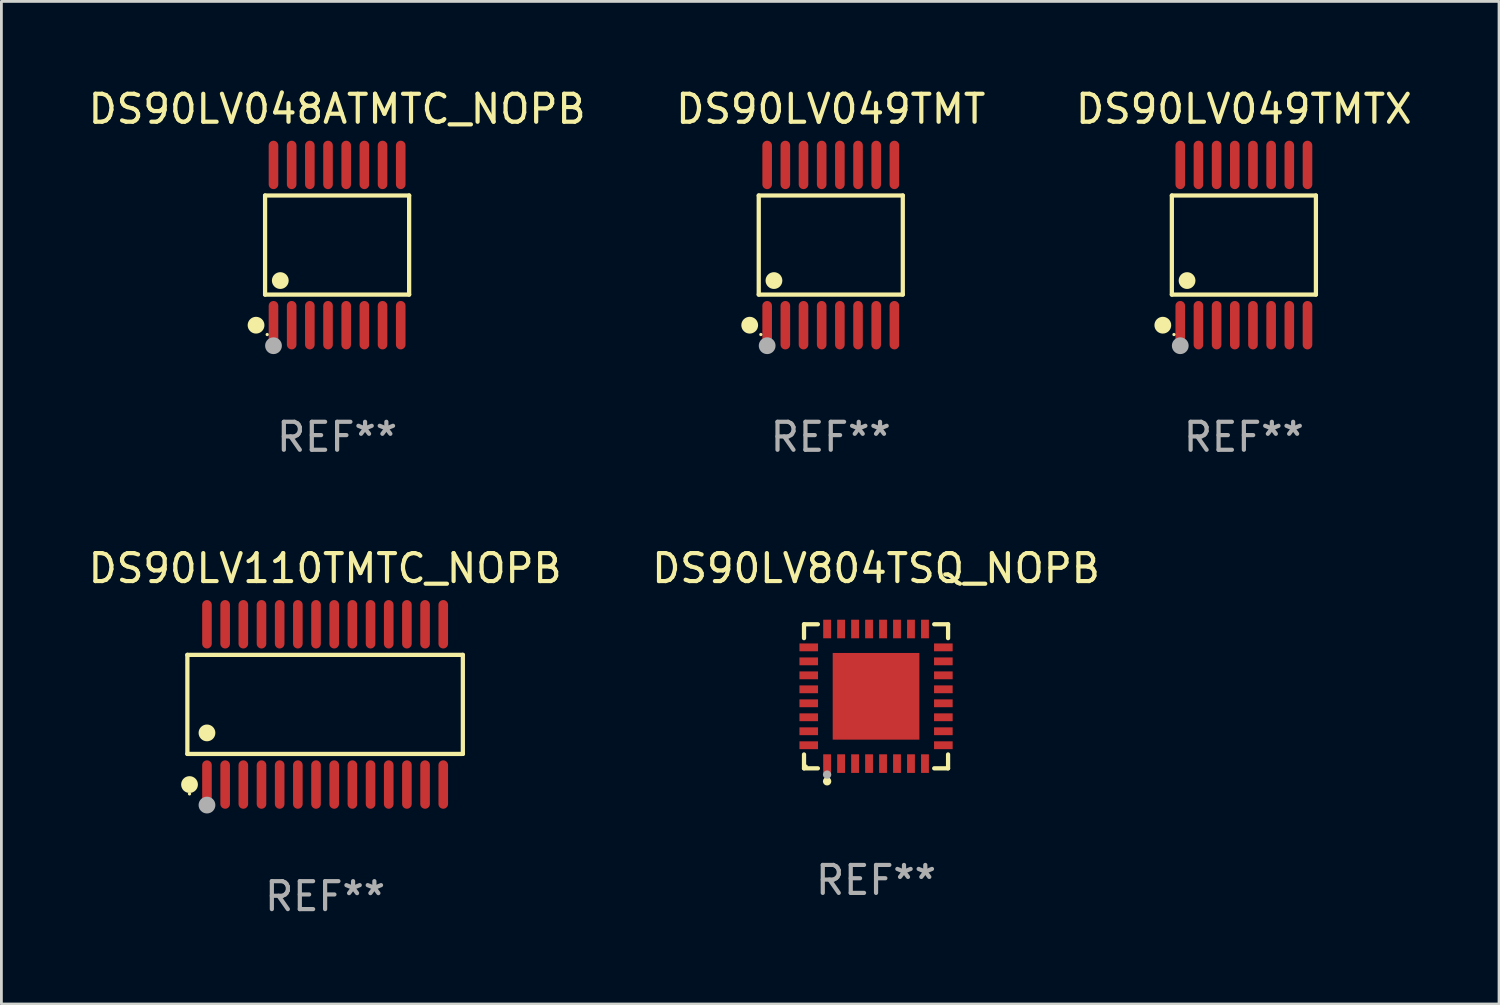
<source format=kicad_pcb>
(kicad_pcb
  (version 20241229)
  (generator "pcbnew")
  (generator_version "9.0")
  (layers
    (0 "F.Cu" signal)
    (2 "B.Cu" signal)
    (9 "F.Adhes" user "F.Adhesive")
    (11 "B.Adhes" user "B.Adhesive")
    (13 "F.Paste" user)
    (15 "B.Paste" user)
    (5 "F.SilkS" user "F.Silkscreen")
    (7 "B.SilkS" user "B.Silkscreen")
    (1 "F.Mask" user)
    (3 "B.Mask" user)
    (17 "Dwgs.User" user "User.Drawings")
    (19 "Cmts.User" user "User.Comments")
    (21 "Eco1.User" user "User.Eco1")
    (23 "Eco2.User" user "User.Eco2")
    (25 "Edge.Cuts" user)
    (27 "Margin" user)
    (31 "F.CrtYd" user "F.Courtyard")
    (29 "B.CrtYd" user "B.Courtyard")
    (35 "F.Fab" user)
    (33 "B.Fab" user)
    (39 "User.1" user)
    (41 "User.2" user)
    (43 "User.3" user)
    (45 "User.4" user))
  (footprint "DS90LV804TSQ_NOPB"
    (layer "F.Cu")
    (at 28.28 21.852)
    (property "Reference" "DS90LV804TSQ_NOPB" (at 0 -4.576 0) (layer "F.SilkS") (effects (font (size 1 1) (thickness 0.15))))
    (attr through_hole)
    (fp_line (start -2.576 -2.576) (end -2.08 -2.576) (stroke (width 0.152) (type solid)) (layer "F.SilkS"))
    (fp_line (start -2.576 -2.08) (end -2.576 -2.576) (stroke (width 0.152) (type solid)) (layer "F.SilkS"))
    (fp_line (start -2.576 2.08) (end -2.576 2.576) (stroke (width 0.152) (type solid)) (layer "F.SilkS"))
    (fp_line (start -2.576 2.576) (end -2.08 2.576) (stroke (width 0.152) (type solid)) (layer "F.SilkS"))
    (fp_line (start 2.576 -2.576) (end 2.08 -2.576) (stroke (width 0.152) (type solid)) (layer "F.SilkS"))
    (fp_line (start 2.576 -2.08) (end 2.576 -2.576) (stroke (width 0.152) (type solid)) (layer "F.SilkS"))
    (fp_line (start 2.576 2.08) (end 2.576 2.576) (stroke (width 0.152) (type solid)) (layer "F.SilkS"))
    (fp_line (start 2.576 2.576) (end 2.08 2.576) (stroke (width 0.152) (type solid)) (layer "F.SilkS"))
    (fp_circle (center -2.5 2.5) (end -2.47 2.5) (stroke (width 0.06) (type solid)) (fill no) (layer "F.SilkS"))
    (fp_circle (center -1.75 3.04) (end -1.675 3.04) (stroke (width 0.15) (type solid)) (fill no) (layer "F.SilkS"))
    (fp_circle (center -1.75 2.8) (end -1.675 2.8) (stroke (width 0.15) (type solid)) (fill no) (layer "F.Fab"))
    (fp_text user "REF**" (at 0 6.576 0) (layer "F.Fab") (effects (font (size 1 1) (thickness 0.15))))
    (pad "1" smd rect (at -1.75 2.407) (size 0.28 0.665) (layers "F.Cu" "F.Mask" "F.Paste"))
    (pad "2" smd rect (at -1.25 2.407) (size 0.28 0.665) (layers "F.Cu" "F.Mask" "F.Paste"))
    (pad "3" smd rect (at -0.75 2.407) (size 0.28 0.665) (layers "F.Cu" "F.Mask" "F.Paste"))
    (pad "4" smd rect (at -0.25 2.407) (size 0.28 0.665) (layers "F.Cu" "F.Mask" "F.Paste"))
    (pad "5" smd rect (at 0.25 2.407) (size 0.28 0.665) (layers "F.Cu" "F.Mask" "F.Paste"))
    (pad "6" smd rect (at 0.75 2.407) (size 0.28 0.665) (layers "F.Cu" "F.Mask" "F.Paste"))
    (pad "7" smd rect (at 1.25 2.407) (size 0.28 0.665) (layers "F.Cu" "F.Mask" "F.Paste"))
    (pad "8" smd rect (at 1.75 2.407) (size 0.28 0.665) (layers "F.Cu" "F.Mask" "F.Paste"))
    (pad "9" smd rect (at 2.407 1.75) (size 0.665 0.28) (layers "F.Cu" "F.Mask" "F.Paste"))
    (pad "10" smd rect (at 2.407 1.25) (size 0.665 0.28) (layers "F.Cu" "F.Mask" "F.Paste"))
    (pad "11" smd rect (at 2.407 0.75) (size 0.665 0.28) (layers "F.Cu" "F.Mask" "F.Paste"))
    (pad "12" smd rect (at 2.407 0.25) (size 0.665 0.28) (layers "F.Cu" "F.Mask" "F.Paste"))
    (pad "13" smd rect (at 2.407 -0.25) (size 0.665 0.28) (layers "F.Cu" "F.Mask" "F.Paste"))
    (pad "14" smd rect (at 2.407 -0.75) (size 0.665 0.28) (layers "F.Cu" "F.Mask" "F.Paste"))
    (pad "15" smd rect (at 2.407 -1.25) (size 0.665 0.28) (layers "F.Cu" "F.Mask" "F.Paste"))
    (pad "16" smd rect (at 2.407 -1.75) (size 0.665 0.28) (layers "F.Cu" "F.Mask" "F.Paste"))
    (pad "17" smd rect (at 1.75 -2.407) (size 0.28 0.665) (layers "F.Cu" "F.Mask" "F.Paste"))
    (pad "18" smd rect (at 1.25 -2.407) (size 0.28 0.665) (layers "F.Cu" "F.Mask" "F.Paste"))
    (pad "19" smd rect (at 0.75 -2.407) (size 0.28 0.665) (layers "F.Cu" "F.Mask" "F.Paste"))
    (pad "20" smd rect (at 0.25 -2.407) (size 0.28 0.665) (layers "F.Cu" "F.Mask" "F.Paste"))
    (pad "21" smd rect (at -0.25 -2.407) (size 0.28 0.665) (layers "F.Cu" "F.Mask" "F.Paste"))
    (pad "22" smd rect (at -0.75 -2.407) (size 0.28 0.665) (layers "F.Cu" "F.Mask" "F.Paste"))
    (pad "23" smd rect (at -1.25 -2.407) (size 0.28 0.665) (layers "F.Cu" "F.Mask" "F.Paste"))
    (pad "24" smd rect (at -1.75 -2.407) (size 0.28 0.665) (layers "F.Cu" "F.Mask" "F.Paste"))
    (pad "25" smd rect (at -2.407 -1.75) (size 0.665 0.28) (layers "F.Cu" "F.Mask" "F.Paste"))
    (pad "26" smd rect (at -2.407 -1.25) (size 0.665 0.28) (layers "F.Cu" "F.Mask" "F.Paste"))
    (pad "27" smd rect (at -2.407 -0.75) (size 0.665 0.28) (layers "F.Cu" "F.Mask" "F.Paste"))
    (pad "28" smd rect (at -2.407 -0.25) (size 0.665 0.28) (layers "F.Cu" "F.Mask" "F.Paste"))
    (pad "29" smd rect (at -2.407 0.25) (size 0.665 0.28) (layers "F.Cu" "F.Mask" "F.Paste"))
    (pad "30" smd rect (at -2.407 0.75) (size 0.665 0.28) (layers "F.Cu" "F.Mask" "F.Paste"))
    (pad "31" smd rect (at -2.407 1.25) (size 0.665 0.28) (layers "F.Cu" "F.Mask" "F.Paste"))
    (pad "32" smd rect (at -2.407 1.75) (size 0.665 0.28) (layers "F.Cu" "F.Mask" "F.Paste"))
    (pad "33" smd rect (at 0 0) (size 3.1 3.1) (layers "F.Cu" "F.Mask" "F.Paste")))
  (footprint "DS90LV049TMTX"
    (layer "F.Cu")
    (at 41.435 5.714)
    (property "Reference" "DS90LV049TMTX" (at 0 -4.866 0) (layer "F.SilkS") (effects (font (size 1 1) (thickness 0.15))))
    (attr through_hole)
    (fp_line (start -2.576 -1.772) (end 2.576 -1.772) (stroke (width 0.152) (type solid)) (layer "F.SilkS"))
    (fp_line (start -2.576 1.771) (end -2.576 -1.772) (stroke (width 0.152) (type solid)) (layer "F.SilkS"))
    (fp_line (start 2.576 -1.772) (end 2.576 1.771) (stroke (width 0.152) (type solid)) (layer "F.SilkS"))
    (fp_line (start 2.576 1.771) (end -2.576 1.771) (stroke (width 0.152) (type solid)) (layer "F.SilkS"))
    (fp_circle (center -2.899 2.866) (end -2.749 2.866) (stroke (width 0.3) (type solid)) (fill no) (layer "F.SilkS"))
    (fp_circle (center -2.5 3.2) (end -2.47 3.2) (stroke (width 0.06) (type solid)) (fill no) (layer "F.SilkS"))
    (fp_circle (center -2.032 1.27) (end -1.882 1.27) (stroke (width 0.3) (type solid)) (fill no) (layer "F.SilkS"))
    (fp_circle (center -2.275 3.6) (end -2.125 3.6) (stroke (width 0.3) (type solid)) (fill no) (layer "F.Fab"))
    (fp_text user "REF**" (at 0 6.866 0) (layer "F.Fab") (effects (font (size 1 1) (thickness 0.15))))
    (pad "1" smd oval (at -2.275 2.866) (size 0.343 1.731) (layers "F.Cu" "F.Mask" "F.Paste"))
    (pad "2" smd oval (at -1.625 2.866) (size 0.343 1.731) (layers "F.Cu" "F.Mask" "F.Paste"))
    (pad "3" smd oval (at -0.975 2.866) (size 0.343 1.731) (layers "F.Cu" "F.Mask" "F.Paste"))
    (pad "4" smd oval (at -0.325 2.866) (size 0.343 1.731) (layers "F.Cu" "F.Mask" "F.Paste"))
    (pad "5" smd oval (at 0.325 2.866) (size 0.343 1.731) (layers "F.Cu" "F.Mask" "F.Paste"))
    (pad "6" smd oval (at 0.975 2.866) (size 0.343 1.731) (layers "F.Cu" "F.Mask" "F.Paste"))
    (pad "7" smd oval (at 1.625 2.866) (size 0.343 1.731) (layers "F.Cu" "F.Mask" "F.Paste"))
    (pad "8" smd oval (at 2.275 2.866) (size 0.343 1.731) (layers "F.Cu" "F.Mask" "F.Paste"))
    (pad "9" smd oval (at 2.275 -2.866) (size 0.343 1.731) (layers "F.Cu" "F.Mask" "F.Paste"))
    (pad "10" smd oval (at 1.625 -2.866) (size 0.343 1.731) (layers "F.Cu" "F.Mask" "F.Paste"))
    (pad "11" smd oval (at 0.975 -2.866) (size 0.343 1.731) (layers "F.Cu" "F.Mask" "F.Paste"))
    (pad "12" smd oval (at 0.325 -2.866) (size 0.343 1.731) (layers "F.Cu" "F.Mask" "F.Paste"))
    (pad "13" smd oval (at -0.325 -2.866) (size 0.343 1.731) (layers "F.Cu" "F.Mask" "F.Paste"))
    (pad "14" smd oval (at -0.975 -2.866) (size 0.343 1.731) (layers "F.Cu" "F.Mask" "F.Paste"))
    (pad "15" smd oval (at -1.625 -2.866) (size 0.343 1.731) (layers "F.Cu" "F.Mask" "F.Paste"))
    (pad "16" smd oval (at -2.275 -2.866) (size 0.343 1.731) (layers "F.Cu" "F.Mask" "F.Paste")))
  (footprint "DS90LV048ATMTC_NOPB"
    (layer "F.Cu")
    (at 9.006 5.714)
    (property "Reference" "DS90LV048ATMTC_NOPB" (at 0 -4.866 0) (layer "F.SilkS") (effects (font (size 1 1) (thickness 0.15))))
    (attr through_hole)
    (fp_line (start -2.576 -1.772) (end 2.576 -1.772) (stroke (width 0.152) (type solid)) (layer "F.SilkS"))
    (fp_line (start -2.576 1.771) (end -2.576 -1.772) (stroke (width 0.152) (type solid)) (layer "F.SilkS"))
    (fp_line (start 2.576 -1.772) (end 2.576 1.771) (stroke (width 0.152) (type solid)) (layer "F.SilkS"))
    (fp_line (start 2.576 1.771) (end -2.576 1.771) (stroke (width 0.152) (type solid)) (layer "F.SilkS"))
    (fp_circle (center -2.899 2.866) (end -2.749 2.866) (stroke (width 0.3) (type solid)) (fill no) (layer "F.SilkS"))
    (fp_circle (center -2.5 3.2) (end -2.47 3.2) (stroke (width 0.06) (type solid)) (fill no) (layer "F.SilkS"))
    (fp_circle (center -2.032 1.27) (end -1.882 1.27) (stroke (width 0.3) (type solid)) (fill no) (layer "F.SilkS"))
    (fp_circle (center -2.275 3.6) (end -2.125 3.6) (stroke (width 0.3) (type solid)) (fill no) (layer "F.Fab"))
    (fp_text user "REF**" (at 0 6.866 0) (layer "F.Fab") (effects (font (size 1 1) (thickness 0.15))))
    (pad "1" smd oval (at -2.275 2.866) (size 0.343 1.731) (layers "F.Cu" "F.Mask" "F.Paste"))
    (pad "2" smd oval (at -1.625 2.866) (size 0.343 1.731) (layers "F.Cu" "F.Mask" "F.Paste"))
    (pad "3" smd oval (at -0.975 2.866) (size 0.343 1.731) (layers "F.Cu" "F.Mask" "F.Paste"))
    (pad "4" smd oval (at -0.325 2.866) (size 0.343 1.731) (layers "F.Cu" "F.Mask" "F.Paste"))
    (pad "5" smd oval (at 0.325 2.866) (size 0.343 1.731) (layers "F.Cu" "F.Mask" "F.Paste"))
    (pad "6" smd oval (at 0.975 2.866) (size 0.343 1.731) (layers "F.Cu" "F.Mask" "F.Paste"))
    (pad "7" smd oval (at 1.625 2.866) (size 0.343 1.731) (layers "F.Cu" "F.Mask" "F.Paste"))
    (pad "8" smd oval (at 2.275 2.866) (size 0.343 1.731) (layers "F.Cu" "F.Mask" "F.Paste"))
    (pad "9" smd oval (at 2.275 -2.866) (size 0.343 1.731) (layers "F.Cu" "F.Mask" "F.Paste"))
    (pad "10" smd oval (at 1.625 -2.866) (size 0.343 1.731) (layers "F.Cu" "F.Mask" "F.Paste"))
    (pad "11" smd oval (at 0.975 -2.866) (size 0.343 1.731) (layers "F.Cu" "F.Mask" "F.Paste"))
    (pad "12" smd oval (at 0.325 -2.866) (size 0.343 1.731) (layers "F.Cu" "F.Mask" "F.Paste"))
    (pad "13" smd oval (at -0.325 -2.866) (size 0.343 1.731) (layers "F.Cu" "F.Mask" "F.Paste"))
    (pad "14" smd oval (at -0.975 -2.866) (size 0.343 1.731) (layers "F.Cu" "F.Mask" "F.Paste"))
    (pad "15" smd oval (at -1.625 -2.866) (size 0.343 1.731) (layers "F.Cu" "F.Mask" "F.Paste"))
    (pad "16" smd oval (at -2.275 -2.866) (size 0.343 1.731) (layers "F.Cu" "F.Mask" "F.Paste")))
  (footprint "DS90LV049TMT"
    (layer "F.Cu")
    (at 26.661 5.714)
    (property "Reference" "DS90LV049TMT" (at 0 -4.866 0) (layer "F.SilkS") (effects (font (size 1 1) (thickness 0.15))))
    (attr through_hole)
    (fp_line (start -2.576 -1.772) (end 2.576 -1.772) (stroke (width 0.152) (type solid)) (layer "F.SilkS"))
    (fp_line (start -2.576 1.771) (end -2.576 -1.772) (stroke (width 0.152) (type solid)) (layer "F.SilkS"))
    (fp_line (start 2.576 -1.772) (end 2.576 1.771) (stroke (width 0.152) (type solid)) (layer "F.SilkS"))
    (fp_line (start 2.576 1.771) (end -2.576 1.771) (stroke (width 0.152) (type solid)) (layer "F.SilkS"))
    (fp_circle (center -2.899 2.866) (end -2.749 2.866) (stroke (width 0.3) (type solid)) (fill no) (layer "F.SilkS"))
    (fp_circle (center -2.5 3.2) (end -2.47 3.2) (stroke (width 0.06) (type solid)) (fill no) (layer "F.SilkS"))
    (fp_circle (center -2.032 1.27) (end -1.882 1.27) (stroke (width 0.3) (type solid)) (fill no) (layer "F.SilkS"))
    (fp_circle (center -2.275 3.6) (end -2.125 3.6) (stroke (width 0.3) (type solid)) (fill no) (layer "F.Fab"))
    (fp_text user "REF**" (at 0 6.866 0) (layer "F.Fab") (effects (font (size 1 1) (thickness 0.15))))
    (pad "1" smd oval (at -2.275 2.866) (size 0.343 1.731) (layers "F.Cu" "F.Mask" "F.Paste"))
    (pad "2" smd oval (at -1.625 2.866) (size 0.343 1.731) (layers "F.Cu" "F.Mask" "F.Paste"))
    (pad "3" smd oval (at -0.975 2.866) (size 0.343 1.731) (layers "F.Cu" "F.Mask" "F.Paste"))
    (pad "4" smd oval (at -0.325 2.866) (size 0.343 1.731) (layers "F.Cu" "F.Mask" "F.Paste"))
    (pad "5" smd oval (at 0.325 2.866) (size 0.343 1.731) (layers "F.Cu" "F.Mask" "F.Paste"))
    (pad "6" smd oval (at 0.975 2.866) (size 0.343 1.731) (layers "F.Cu" "F.Mask" "F.Paste"))
    (pad "7" smd oval (at 1.625 2.866) (size 0.343 1.731) (layers "F.Cu" "F.Mask" "F.Paste"))
    (pad "8" smd oval (at 2.275 2.866) (size 0.343 1.731) (layers "F.Cu" "F.Mask" "F.Paste"))
    (pad "9" smd oval (at 2.275 -2.866) (size 0.343 1.731) (layers "F.Cu" "F.Mask" "F.Paste"))
    (pad "10" smd oval (at 1.625 -2.866) (size 0.343 1.731) (layers "F.Cu" "F.Mask" "F.Paste"))
    (pad "11" smd oval (at 0.975 -2.866) (size 0.343 1.731) (layers "F.Cu" "F.Mask" "F.Paste"))
    (pad "12" smd oval (at 0.325 -2.866) (size 0.343 1.731) (layers "F.Cu" "F.Mask" "F.Paste"))
    (pad "13" smd oval (at -0.325 -2.866) (size 0.343 1.731) (layers "F.Cu" "F.Mask" "F.Paste"))
    (pad "14" smd oval (at -0.975 -2.866) (size 0.343 1.731) (layers "F.Cu" "F.Mask" "F.Paste"))
    (pad "15" smd oval (at -1.625 -2.866) (size 0.343 1.731) (layers "F.Cu" "F.Mask" "F.Paste"))
    (pad "16" smd oval (at -2.275 -2.866) (size 0.343 1.731) (layers "F.Cu" "F.Mask" "F.Paste")))
  (footprint "DS90LV110TMTC_NOPB"
    (layer "F.Cu")
    (at 8.577 22.142)
    (property "Reference" "DS90LV110TMTC_NOPB" (at 0 -4.866 0) (layer "F.SilkS") (effects (font (size 1 1) (thickness 0.15))))
    (attr through_hole)
    (fp_line (start -4.926 -1.772) (end 4.926 -1.772) (stroke (width 0.152) (type solid)) (layer "F.SilkS"))
    (fp_line (start -4.926 1.771) (end -4.926 -1.772) (stroke (width 0.152) (type solid)) (layer "F.SilkS"))
    (fp_line (start 4.926 -1.772) (end 4.926 1.771) (stroke (width 0.152) (type solid)) (layer "F.SilkS"))
    (fp_line (start 4.926 1.771) (end -4.926 1.771) (stroke (width 0.152) (type solid)) (layer "F.SilkS"))
    (fp_circle (center -4.85 3.2) (end -4.82 3.2) (stroke (width 0.06) (type solid)) (fill no) (layer "F.SilkS"))
    (fp_circle (center -4.849 2.866) (end -4.699 2.866) (stroke (width 0.3) (type solid)) (fill no) (layer "F.SilkS"))
    (fp_circle (center -4.225 1.019) (end -4.075 1.019) (stroke (width 0.3) (type solid)) (fill no) (layer "F.SilkS"))
    (fp_circle (center -4.225 3.6) (end -4.075 3.6) (stroke (width 0.3) (type solid)) (fill no) (layer "F.Fab"))
    (fp_text user "REF**" (at 0 6.866 0) (layer "F.Fab") (effects (font (size 1 1) (thickness 0.15))))
    (pad "1" smd oval (at -4.225 2.866) (size 0.343 1.731) (layers "F.Cu" "F.Mask" "F.Paste"))
    (pad "2" smd oval (at -3.575 2.866) (size 0.343 1.731) (layers "F.Cu" "F.Mask" "F.Paste"))
    (pad "3" smd oval (at -2.925 2.866) (size 0.343 1.731) (layers "F.Cu" "F.Mask" "F.Paste"))
    (pad "4" smd oval (at -2.275 2.866) (size 0.343 1.731) (layers "F.Cu" "F.Mask" "F.Paste"))
    (pad "5" smd oval (at -1.625 2.866) (size 0.343 1.731) (layers "F.Cu" "F.Mask" "F.Paste"))
    (pad "6" smd oval (at -0.975 2.866) (size 0.343 1.731) (layers "F.Cu" "F.Mask" "F.Paste"))
    (pad "7" smd oval (at -0.325 2.866) (size 0.343 1.731) (layers "F.Cu" "F.Mask" "F.Paste"))
    (pad "8" smd oval (at 0.325 2.866) (size 0.343 1.731) (layers "F.Cu" "F.Mask" "F.Paste"))
    (pad "9" smd oval (at 0.975 2.866) (size 0.343 1.731) (layers "F.Cu" "F.Mask" "F.Paste"))
    (pad "10" smd oval (at 1.625 2.866) (size 0.343 1.731) (layers "F.Cu" "F.Mask" "F.Paste"))
    (pad "11" smd oval (at 2.275 2.866) (size 0.343 1.731) (layers "F.Cu" "F.Mask" "F.Paste"))
    (pad "12" smd oval (at 2.925 2.866) (size 0.343 1.731) (layers "F.Cu" "F.Mask" "F.Paste"))
    (pad "13" smd oval (at 3.575 2.866) (size 0.343 1.731) (layers "F.Cu" "F.Mask" "F.Paste"))
    (pad "14" smd oval (at 4.225 2.866) (size 0.343 1.731) (layers "F.Cu" "F.Mask" "F.Paste"))
    (pad "15" smd oval (at 4.225 -2.866) (size 0.343 1.731) (layers "F.Cu" "F.Mask" "F.Paste"))
    (pad "16" smd oval (at 3.575 -2.866) (size 0.343 1.731) (layers "F.Cu" "F.Mask" "F.Paste"))
    (pad "17" smd oval (at 2.925 -2.866) (size 0.343 1.731) (layers "F.Cu" "F.Mask" "F.Paste"))
    (pad "18" smd oval (at 2.275 -2.866) (size 0.343 1.731) (layers "F.Cu" "F.Mask" "F.Paste"))
    (pad "19" smd oval (at 1.625 -2.866) (size 0.343 1.731) (layers "F.Cu" "F.Mask" "F.Paste"))
    (pad "20" smd oval (at 0.975 -2.866) (size 0.343 1.731) (layers "F.Cu" "F.Mask" "F.Paste"))
    (pad "21" smd oval (at 0.325 -2.866) (size 0.343 1.731) (layers "F.Cu" "F.Mask" "F.Paste"))
    (pad "22" smd oval (at -0.325 -2.866) (size 0.343 1.731) (layers "F.Cu" "F.Mask" "F.Paste"))
    (pad "23" smd oval (at -0.975 -2.866) (size 0.343 1.731) (layers "F.Cu" "F.Mask" "F.Paste"))
    (pad "24" smd oval (at -1.625 -2.866) (size 0.343 1.731) (layers "F.Cu" "F.Mask" "F.Paste"))
    (pad "25" smd oval (at -2.275 -2.866) (size 0.343 1.731) (layers "F.Cu" "F.Mask" "F.Paste"))
    (pad "26" smd oval (at -2.925 -2.866) (size 0.343 1.731) (layers "F.Cu" "F.Mask" "F.Paste"))
    (pad "27" smd oval (at -3.575 -2.866) (size 0.343 1.731) (layers "F.Cu" "F.Mask" "F.Paste"))
    (pad "28" smd oval (at -4.225 -2.866) (size 0.343 1.731) (layers "F.Cu" "F.Mask" "F.Paste")))
  (gr_rect
    (start -3 -3)
    (end 50.56 32.856)
    (stroke (width 0.1) (type default))
    (fill no)
    (layer "Edge.Cuts")))
</source>
